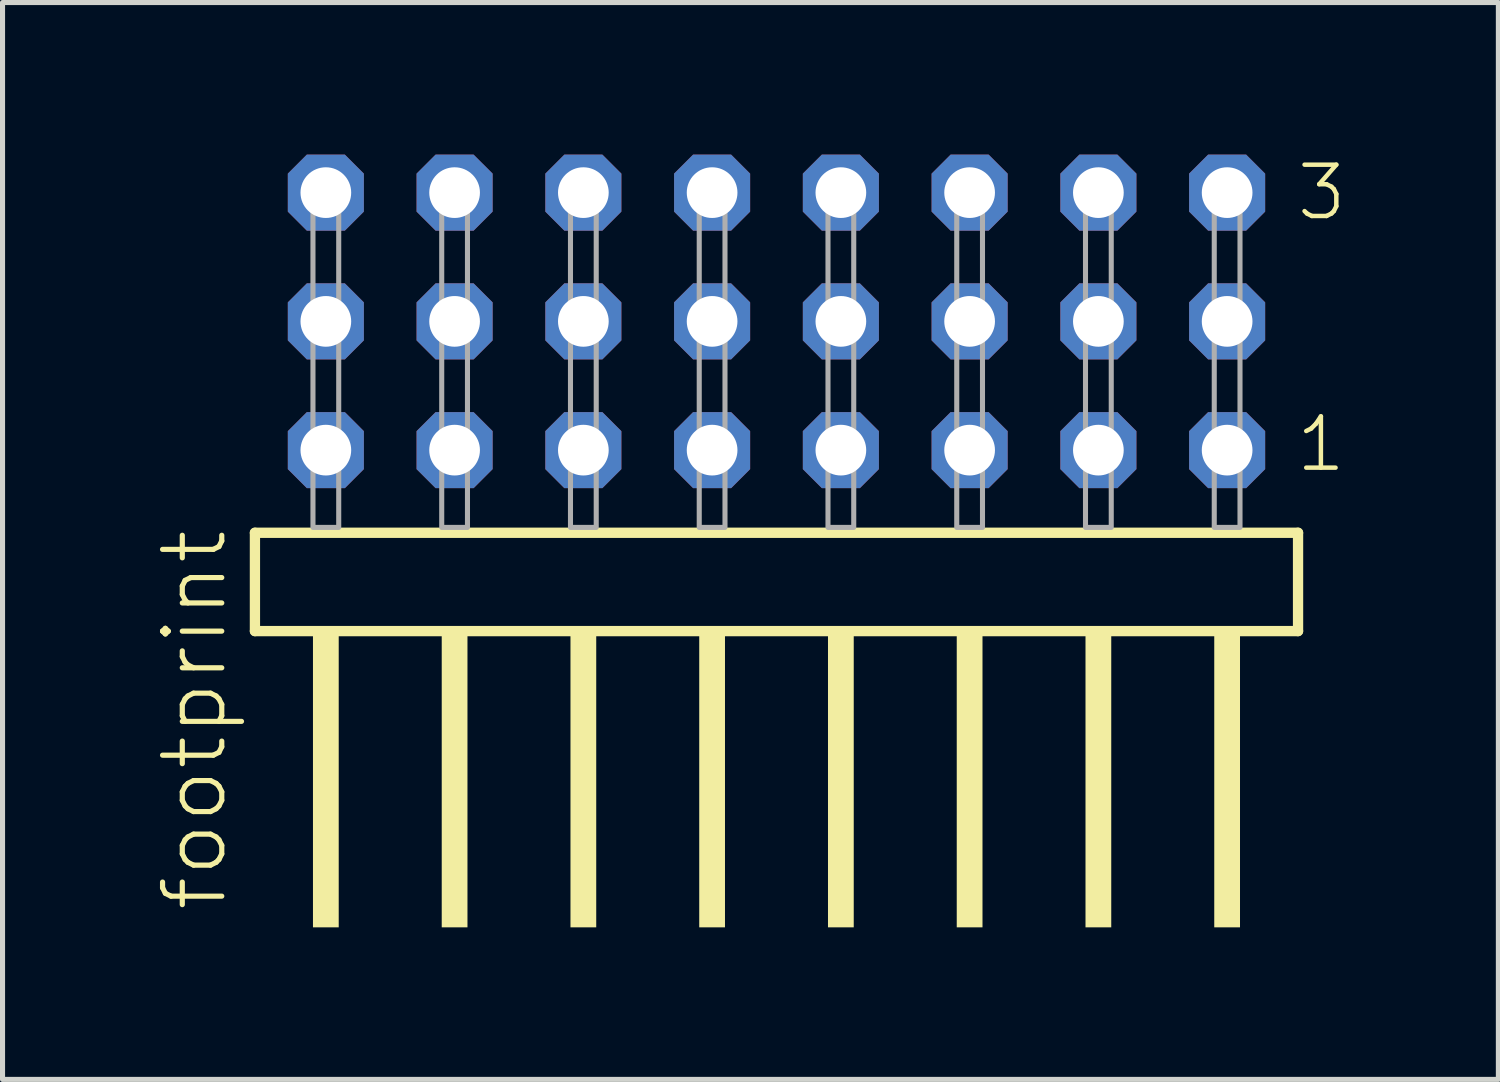
<source format=kicad_pcb>
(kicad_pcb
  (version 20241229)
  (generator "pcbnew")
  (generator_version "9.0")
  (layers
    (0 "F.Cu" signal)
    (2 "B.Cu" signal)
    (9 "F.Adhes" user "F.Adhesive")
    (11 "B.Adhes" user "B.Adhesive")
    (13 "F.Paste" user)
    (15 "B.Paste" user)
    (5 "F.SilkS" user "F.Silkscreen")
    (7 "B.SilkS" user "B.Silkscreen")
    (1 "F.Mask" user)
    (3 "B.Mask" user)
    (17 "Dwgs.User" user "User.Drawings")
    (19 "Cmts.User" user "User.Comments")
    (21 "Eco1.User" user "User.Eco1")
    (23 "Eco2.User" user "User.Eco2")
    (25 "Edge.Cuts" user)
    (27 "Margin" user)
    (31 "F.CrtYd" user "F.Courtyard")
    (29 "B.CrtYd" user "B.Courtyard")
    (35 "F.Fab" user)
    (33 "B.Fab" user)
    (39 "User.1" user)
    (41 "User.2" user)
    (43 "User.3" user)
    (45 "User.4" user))
  (footprint "footprint"
    (layer "F.Cu")
    (at 12.268 7.354)
    (property "Reference" "footprint" (at -10.795 7.62 90) (layer "F.SilkS") (effects (font (size 1.168 1.168) (thickness 0.102)) (justify left bottom)))
    (fp_line (start -10.289 0.106) (end -10.289 2.046) (stroke (width 0.203) (type solid)) (layer "F.SilkS"))
    (fp_line (start -10.289 2.046) (end 10.289 2.046) (stroke (width 0.203) (type solid)) (layer "F.SilkS"))
    (fp_line (start 10.289 0.106) (end -10.289 0.106) (stroke (width 0.203) (type solid)) (layer "F.SilkS"))
    (fp_line (start 10.289 2.046) (end 10.289 0.106) (stroke (width 0.203) (type solid)) (layer "F.SilkS"))
    (fp_poly (pts (xy -9.144 7.89) (xy -8.636 7.89) (xy -8.636 2.04) (xy -9.144 2.04)) (stroke (width 0) (type solid)) (fill yes) (layer "F.SilkS"))
    (fp_poly (pts (xy -6.604 7.89) (xy -6.096 7.89) (xy -6.096 2.04) (xy -6.604 2.04)) (stroke (width 0) (type solid)) (fill yes) (layer "F.SilkS"))
    (fp_poly (pts (xy -4.064 7.89) (xy -3.556 7.89) (xy -3.556 2.04) (xy -4.064 2.04)) (stroke (width 0) (type solid)) (fill yes) (layer "F.SilkS"))
    (fp_poly (pts (xy -1.524 7.89) (xy -1.016 7.89) (xy -1.016 2.04) (xy -1.524 2.04)) (stroke (width 0) (type solid)) (fill yes) (layer "F.SilkS"))
    (fp_poly (pts (xy 1.016 7.89) (xy 1.524 7.89) (xy 1.524 2.04) (xy 1.016 2.04)) (stroke (width 0) (type solid)) (fill yes) (layer "F.SilkS"))
    (fp_poly (pts (xy 3.556 7.89) (xy 4.064 7.89) (xy 4.064 2.04) (xy 3.556 2.04)) (stroke (width 0) (type solid)) (fill yes) (layer "F.SilkS"))
    (fp_poly (pts (xy 6.096 7.89) (xy 6.604 7.89) (xy 6.604 2.04) (xy 6.096 2.04)) (stroke (width 0) (type solid)) (fill yes) (layer "F.SilkS"))
    (fp_poly (pts (xy 8.636 7.89) (xy 9.144 7.89) (xy 9.144 2.04) (xy 8.636 2.04)) (stroke (width 0) (type solid)) (fill yes) (layer "F.SilkS"))
    (fp_poly (pts (xy -9.144 0) (xy -8.636 0) (xy -8.636 -6.858) (xy -9.144 -6.858)) (stroke (width 0.1) (type solid)) (fill no) (layer "F.Fab"))
    (fp_poly (pts (xy -6.604 0) (xy -6.096 0) (xy -6.096 -6.858) (xy -6.604 -6.858)) (stroke (width 0.1) (type solid)) (fill no) (layer "F.Fab"))
    (fp_poly (pts (xy -4.064 0) (xy -3.556 0) (xy -3.556 -6.858) (xy -4.064 -6.858)) (stroke (width 0.1) (type solid)) (fill no) (layer "F.Fab"))
    (fp_poly (pts (xy -1.524 0) (xy -1.016 0) (xy -1.016 -6.858) (xy -1.524 -6.858)) (stroke (width 0.1) (type solid)) (fill no) (layer "F.Fab"))
    (fp_poly (pts (xy 1.016 0) (xy 1.524 0) (xy 1.524 -6.858) (xy 1.016 -6.858)) (stroke (width 0.1) (type solid)) (fill no) (layer "F.Fab"))
    (fp_poly (pts (xy 3.556 0) (xy 4.064 0) (xy 4.064 -6.858) (xy 3.556 -6.858)) (stroke (width 0.1) (type solid)) (fill no) (layer "F.Fab"))
    (fp_poly (pts (xy 6.096 0) (xy 6.604 0) (xy 6.604 -6.858) (xy 6.096 -6.858)) (stroke (width 0.1) (type solid)) (fill no) (layer "F.Fab"))
    (fp_poly (pts (xy 8.636 0) (xy 9.144 0) (xy 9.144 -6.858) (xy 8.636 -6.858)) (stroke (width 0.1) (type solid)) (fill no) (layer "F.Fab"))
    (fp_text user "1" (at 10.2 -1.05 0) (layer "F.SilkS") (effects (font (size 1.012 1.012) (thickness 0.088)) (justify left bottom)))
    (fp_text user "3" (at 10.215 -6.015 0) (layer "F.SilkS") (effects (font (size 1.012 1.012) (thickness 0.088)) (justify left bottom)))
    (pad "1" thru_hole roundrect (at 8.89 -1.524 180) (size 1.5 1.5) (drill 1) (layers "*.Cu" "*.Mask") (roundrect_rratio 0.25) (chamfer_ratio 0.25) (chamfer top_left top_right bottom_left bottom_right))
    (pad "2" thru_hole roundrect (at 8.89 -4.064 180) (size 1.5 1.5) (drill 1) (layers "*.Cu" "*.Mask") (roundrect_rratio 0.25) (chamfer_ratio 0.25) (chamfer top_left top_right bottom_left bottom_right))
    (pad "3" thru_hole roundrect (at 8.89 -6.604 180) (size 1.5 1.5) (drill 1) (layers "*.Cu" "*.Mask") (roundrect_rratio 0.25) (chamfer_ratio 0.25) (chamfer top_left top_right bottom_left bottom_right))
    (pad "4" thru_hole roundrect (at 6.35 -1.524 180) (size 1.5 1.5) (drill 1) (layers "*.Cu" "*.Mask") (roundrect_rratio 0.25) (chamfer_ratio 0.25) (chamfer top_left top_right bottom_left bottom_right))
    (pad "5" thru_hole roundrect (at 6.35 -4.064 180) (size 1.5 1.5) (drill 1) (layers "*.Cu" "*.Mask") (roundrect_rratio 0.25) (chamfer_ratio 0.25) (chamfer top_left top_right bottom_left bottom_right))
    (pad "6" thru_hole roundrect (at 6.35 -6.604 180) (size 1.5 1.5) (drill 1) (layers "*.Cu" "*.Mask") (roundrect_rratio 0.25) (chamfer_ratio 0.25) (chamfer top_left top_right bottom_left bottom_right))
    (pad "7" thru_hole roundrect (at 3.81 -1.524 180) (size 1.5 1.5) (drill 1) (layers "*.Cu" "*.Mask") (roundrect_rratio 0.25) (chamfer_ratio 0.25) (chamfer top_left top_right bottom_left bottom_right))
    (pad "8" thru_hole roundrect (at 3.81 -4.064 180) (size 1.5 1.5) (drill 1) (layers "*.Cu" "*.Mask") (roundrect_rratio 0.25) (chamfer_ratio 0.25) (chamfer top_left top_right bottom_left bottom_right))
    (pad "9" thru_hole roundrect (at 3.81 -6.604 180) (size 1.5 1.5) (drill 1) (layers "*.Cu" "*.Mask") (roundrect_rratio 0.25) (chamfer_ratio 0.25) (chamfer top_left top_right bottom_left bottom_right))
    (pad "10" thru_hole roundrect (at 1.27 -1.524 180) (size 1.5 1.5) (drill 1) (layers "*.Cu" "*.Mask") (roundrect_rratio 0.25) (chamfer_ratio 0.25) (chamfer top_left top_right bottom_left bottom_right))
    (pad "11" thru_hole roundrect (at 1.27 -4.064 180) (size 1.5 1.5) (drill 1) (layers "*.Cu" "*.Mask") (roundrect_rratio 0.25) (chamfer_ratio 0.25) (chamfer top_left top_right bottom_left bottom_right))
    (pad "12" thru_hole roundrect (at 1.27 -6.604 180) (size 1.5 1.5) (drill 1) (layers "*.Cu" "*.Mask") (roundrect_rratio 0.25) (chamfer_ratio 0.25) (chamfer top_left top_right bottom_left bottom_right))
    (pad "13" thru_hole roundrect (at -1.27 -1.524 180) (size 1.5 1.5) (drill 1) (layers "*.Cu" "*.Mask") (roundrect_rratio 0.25) (chamfer_ratio 0.25) (chamfer top_left top_right bottom_left bottom_right))
    (pad "14" thru_hole roundrect (at -1.27 -4.064 180) (size 1.5 1.5) (drill 1) (layers "*.Cu" "*.Mask") (roundrect_rratio 0.25) (chamfer_ratio 0.25) (chamfer top_left top_right bottom_left bottom_right))
    (pad "15" thru_hole roundrect (at -1.27 -6.604 180) (size 1.5 1.5) (drill 1) (layers "*.Cu" "*.Mask") (roundrect_rratio 0.25) (chamfer_ratio 0.25) (chamfer top_left top_right bottom_left bottom_right))
    (pad "16" thru_hole roundrect (at -3.81 -1.524 180) (size 1.5 1.5) (drill 1) (layers "*.Cu" "*.Mask") (roundrect_rratio 0.25) (chamfer_ratio 0.25) (chamfer top_left top_right bottom_left bottom_right))
    (pad "17" thru_hole roundrect (at -3.81 -4.064 180) (size 1.5 1.5) (drill 1) (layers "*.Cu" "*.Mask") (roundrect_rratio 0.25) (chamfer_ratio 0.25) (chamfer top_left top_right bottom_left bottom_right))
    (pad "18" thru_hole roundrect (at -3.81 -6.604 180) (size 1.5 1.5) (drill 1) (layers "*.Cu" "*.Mask") (roundrect_rratio 0.25) (chamfer_ratio 0.25) (chamfer top_left top_right bottom_left bottom_right))
    (pad "19" thru_hole roundrect (at -6.35 -1.524 180) (size 1.5 1.5) (drill 1) (layers "*.Cu" "*.Mask") (roundrect_rratio 0.25) (chamfer_ratio 0.25) (chamfer top_left top_right bottom_left bottom_right))
    (pad "20" thru_hole roundrect (at -6.35 -4.064 180) (size 1.5 1.5) (drill 1) (layers "*.Cu" "*.Mask") (roundrect_rratio 0.25) (chamfer_ratio 0.25) (chamfer top_left top_right bottom_left bottom_right))
    (pad "21" thru_hole roundrect (at -6.35 -6.604 180) (size 1.5 1.5) (drill 1) (layers "*.Cu" "*.Mask") (roundrect_rratio 0.25) (chamfer_ratio 0.25) (chamfer top_left top_right bottom_left bottom_right))
    (pad "22" thru_hole roundrect (at -8.89 -1.524 180) (size 1.5 1.5) (drill 1) (layers "*.Cu" "*.Mask") (roundrect_rratio 0.25) (chamfer_ratio 0.25) (chamfer top_left top_right bottom_left bottom_right))
    (pad "23" thru_hole roundrect (at -8.89 -4.064 180) (size 1.5 1.5) (drill 1) (layers "*.Cu" "*.Mask") (roundrect_rratio 0.25) (chamfer_ratio 0.25) (chamfer top_left top_right bottom_left bottom_right))
    (pad "24" thru_hole roundrect (at -8.89 -6.604 180) (size 1.5 1.5) (drill 1) (layers "*.Cu" "*.Mask") (roundrect_rratio 0.25) (chamfer_ratio 0.25) (chamfer top_left top_right bottom_left bottom_right)))
  (gr_rect
    (start -3 -3)
    (end 26.509 18.244)
    (stroke (width 0.1) (type default))
    (fill no)
    (layer "Edge.Cuts")))
</source>
